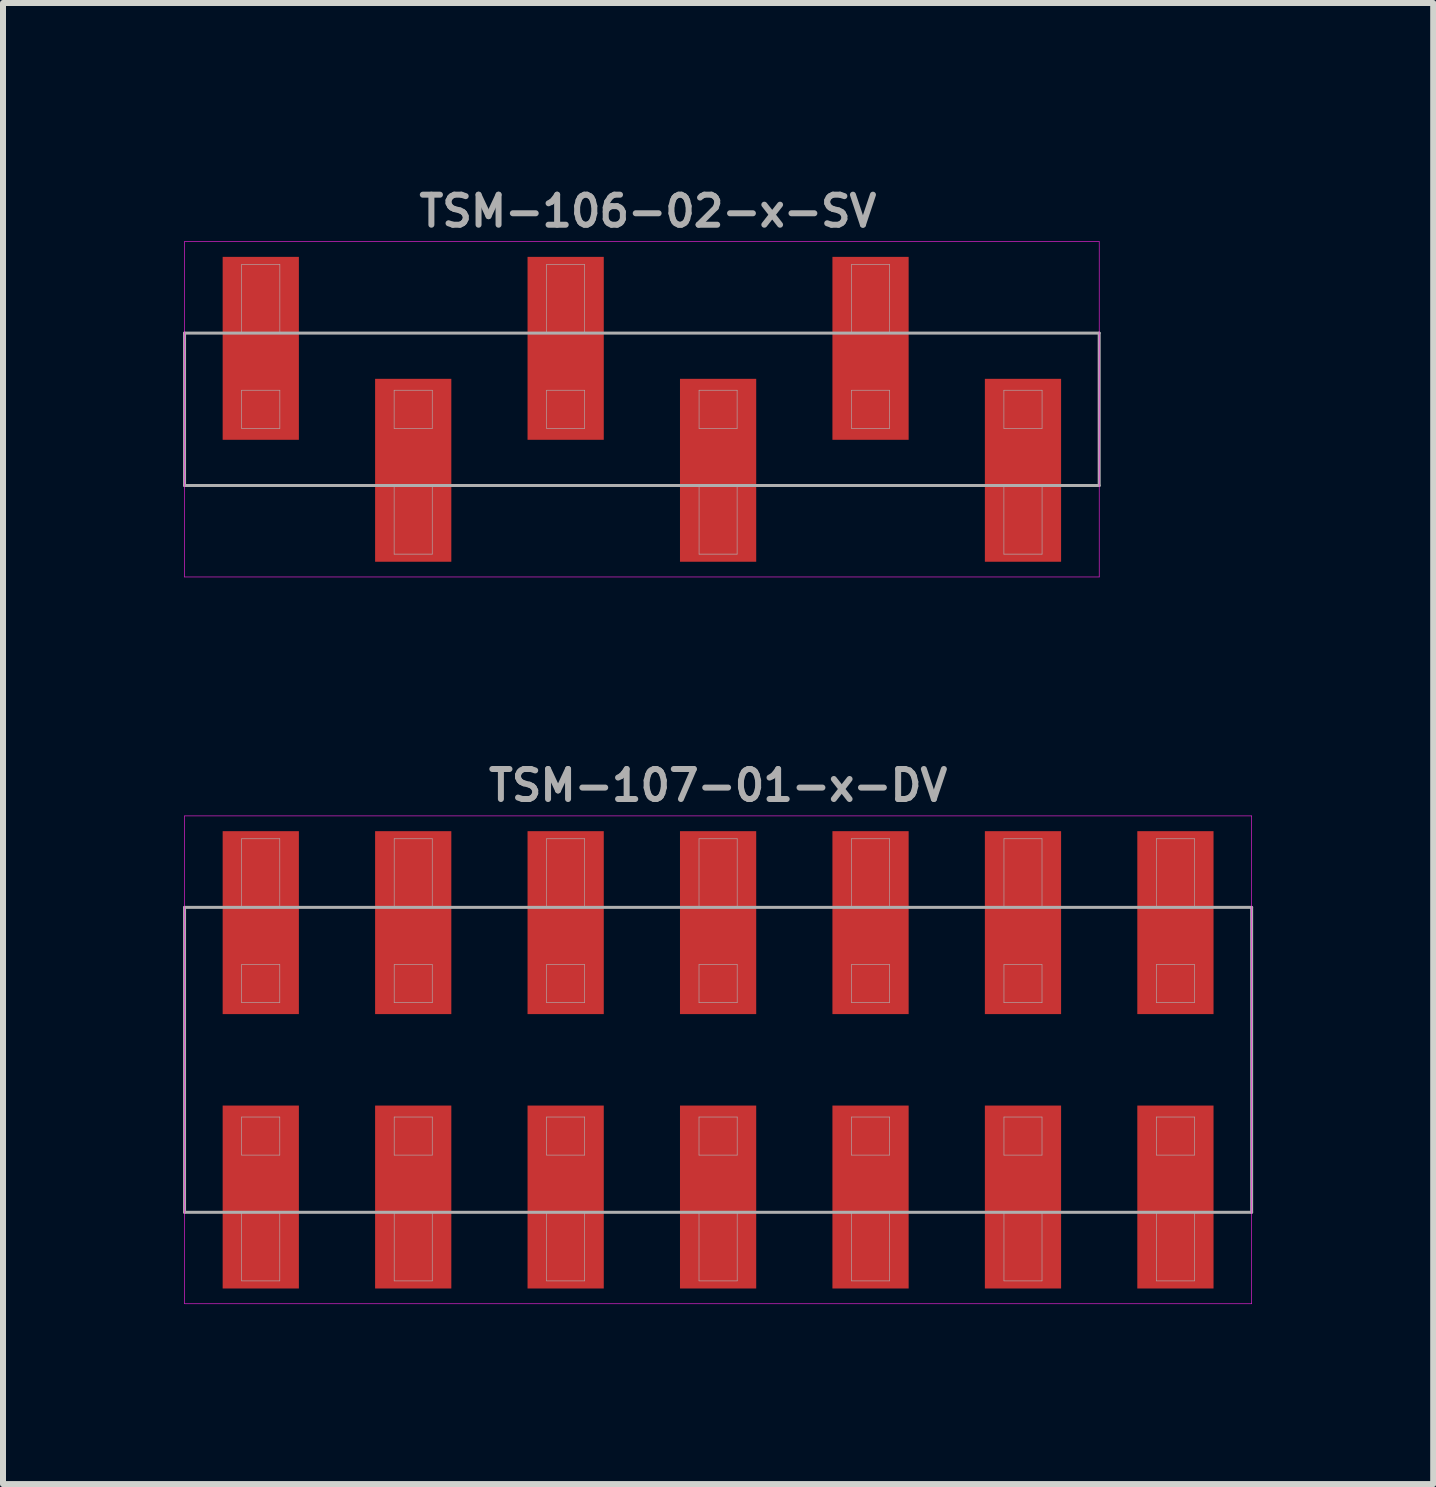
<source format=kicad_pcb>
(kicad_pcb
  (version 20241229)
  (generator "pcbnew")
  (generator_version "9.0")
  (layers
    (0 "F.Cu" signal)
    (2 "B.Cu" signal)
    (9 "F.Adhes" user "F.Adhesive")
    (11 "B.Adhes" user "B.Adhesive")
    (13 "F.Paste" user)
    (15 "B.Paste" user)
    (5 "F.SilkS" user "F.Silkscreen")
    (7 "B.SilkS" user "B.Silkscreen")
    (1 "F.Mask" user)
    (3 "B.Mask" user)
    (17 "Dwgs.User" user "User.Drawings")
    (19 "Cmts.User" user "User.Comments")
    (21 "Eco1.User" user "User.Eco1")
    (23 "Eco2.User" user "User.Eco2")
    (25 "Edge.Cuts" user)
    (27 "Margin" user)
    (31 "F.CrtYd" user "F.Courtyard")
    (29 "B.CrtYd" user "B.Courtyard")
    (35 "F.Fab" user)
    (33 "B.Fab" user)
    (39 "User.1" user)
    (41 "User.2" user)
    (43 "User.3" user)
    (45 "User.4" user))
  (footprint "TSM-107-01-x-DV"
    (layer "F.Cu")
    (at 8.915 14.609)
    (property "Reference" "TSM-107-01-x-DV" (at 0 -4.572 0) (layer "F.Fab") (effects (font (size 0.5 0.5) (thickness 0.1))))
    (attr smd)
    (fp_line (start -8.89 -4.064) (end -8.89 4.064) (stroke (width 0.01) (type solid)) (layer "F.CrtYd"))
    (fp_line (start -8.89 4.064) (end 8.89 4.064) (stroke (width 0.01) (type solid)) (layer "F.CrtYd"))
    (fp_line (start 8.89 -4.064) (end -8.89 -4.064) (stroke (width 0.01) (type solid)) (layer "F.CrtYd"))
    (fp_line (start 8.89 4.064) (end 8.89 -4.064) (stroke (width 0.01) (type solid)) (layer "F.CrtYd"))
    (fp_line (start -8.89 -2.54) (end 8.89 -2.54) (stroke (width 0.05) (type solid)) (layer "F.Fab"))
    (fp_line (start -8.89 2.54) (end -8.89 -2.54) (stroke (width 0.05) (type solid)) (layer "F.Fab"))
    (fp_line (start -7.938 -3.683) (end -7.303 -3.683) (stroke (width 0.01) (type solid)) (layer "F.Fab"))
    (fp_line (start -7.938 -2.54) (end -7.938 -3.683) (stroke (width 0.01) (type solid)) (layer "F.Fab"))
    (fp_line (start -7.938 -1.587) (end -7.938 -0.953) (stroke (width 0.01) (type solid)) (layer "F.Fab"))
    (fp_line (start -7.938 -0.953) (end -7.303 -0.953) (stroke (width 0.01) (type solid)) (layer "F.Fab"))
    (fp_line (start -7.938 0.953) (end -7.938 1.587) (stroke (width 0.01) (type solid)) (layer "F.Fab"))
    (fp_line (start -7.938 1.587) (end -7.303 1.587) (stroke (width 0.01) (type solid)) (layer "F.Fab"))
    (fp_line (start -7.938 3.683) (end -7.938 2.54) (stroke (width 0.01) (type solid)) (layer "F.Fab"))
    (fp_line (start -7.303 -3.683) (end -7.303 -2.54) (stroke (width 0.01) (type solid)) (layer "F.Fab"))
    (fp_line (start -7.303 -1.587) (end -7.938 -1.587) (stroke (width 0.01) (type solid)) (layer "F.Fab"))
    (fp_line (start -7.303 -0.953) (end -7.303 -1.587) (stroke (width 0.01) (type solid)) (layer "F.Fab"))
    (fp_line (start -7.303 0.953) (end -7.938 0.953) (stroke (width 0.01) (type solid)) (layer "F.Fab"))
    (fp_line (start -7.303 1.587) (end -7.303 0.953) (stroke (width 0.01) (type solid)) (layer "F.Fab"))
    (fp_line (start -7.303 2.54) (end -7.303 3.683) (stroke (width 0.01) (type solid)) (layer "F.Fab"))
    (fp_line (start -7.303 3.683) (end -7.938 3.683) (stroke (width 0.01) (type solid)) (layer "F.Fab"))
    (fp_line (start -5.397 -3.683) (end -4.763 -3.683) (stroke (width 0.01) (type solid)) (layer "F.Fab"))
    (fp_line (start -5.397 -2.54) (end -5.397 -3.683) (stroke (width 0.01) (type solid)) (layer "F.Fab"))
    (fp_line (start -5.397 -1.587) (end -5.397 -0.953) (stroke (width 0.01) (type solid)) (layer "F.Fab"))
    (fp_line (start -5.397 -0.953) (end -4.763 -0.953) (stroke (width 0.01) (type solid)) (layer "F.Fab"))
    (fp_line (start -5.397 0.953) (end -5.397 1.587) (stroke (width 0.01) (type solid)) (layer "F.Fab"))
    (fp_line (start -5.397 1.587) (end -4.763 1.587) (stroke (width 0.01) (type solid)) (layer "F.Fab"))
    (fp_line (start -5.397 3.683) (end -5.397 2.54) (stroke (width 0.01) (type solid)) (layer "F.Fab"))
    (fp_line (start -4.763 -3.683) (end -4.763 -2.54) (stroke (width 0.01) (type solid)) (layer "F.Fab"))
    (fp_line (start -4.763 -1.587) (end -5.397 -1.587) (stroke (width 0.01) (type solid)) (layer "F.Fab"))
    (fp_line (start -4.763 -0.953) (end -4.763 -1.587) (stroke (width 0.01) (type solid)) (layer "F.Fab"))
    (fp_line (start -4.763 0.953) (end -5.397 0.953) (stroke (width 0.01) (type solid)) (layer "F.Fab"))
    (fp_line (start -4.763 1.587) (end -4.763 0.953) (stroke (width 0.01) (type solid)) (layer "F.Fab"))
    (fp_line (start -4.763 2.54) (end -4.763 3.683) (stroke (width 0.01) (type solid)) (layer "F.Fab"))
    (fp_line (start -4.763 3.683) (end -5.397 3.683) (stroke (width 0.01) (type solid)) (layer "F.Fab"))
    (fp_line (start -2.857 -3.683) (end -2.223 -3.683) (stroke (width 0.01) (type solid)) (layer "F.Fab"))
    (fp_line (start -2.857 -2.54) (end -2.857 -3.683) (stroke (width 0.01) (type solid)) (layer "F.Fab"))
    (fp_line (start -2.857 -1.587) (end -2.857 -0.953) (stroke (width 0.01) (type solid)) (layer "F.Fab"))
    (fp_line (start -2.857 -0.953) (end -2.223 -0.953) (stroke (width 0.01) (type solid)) (layer "F.Fab"))
    (fp_line (start -2.857 0.953) (end -2.857 1.587) (stroke (width 0.01) (type solid)) (layer "F.Fab"))
    (fp_line (start -2.857 1.587) (end -2.223 1.587) (stroke (width 0.01) (type solid)) (layer "F.Fab"))
    (fp_line (start -2.857 3.683) (end -2.857 2.54) (stroke (width 0.01) (type solid)) (layer "F.Fab"))
    (fp_line (start -2.223 -3.683) (end -2.223 -2.54) (stroke (width 0.01) (type solid)) (layer "F.Fab"))
    (fp_line (start -2.223 -1.587) (end -2.857 -1.587) (stroke (width 0.01) (type solid)) (layer "F.Fab"))
    (fp_line (start -2.223 -0.953) (end -2.223 -1.587) (stroke (width 0.01) (type solid)) (layer "F.Fab"))
    (fp_line (start -2.223 0.953) (end -2.857 0.953) (stroke (width 0.01) (type solid)) (layer "F.Fab"))
    (fp_line (start -2.223 1.587) (end -2.223 0.953) (stroke (width 0.01) (type solid)) (layer "F.Fab"))
    (fp_line (start -2.223 2.54) (end -2.223 3.683) (stroke (width 0.01) (type solid)) (layer "F.Fab"))
    (fp_line (start -2.223 3.683) (end -2.857 3.683) (stroke (width 0.01) (type solid)) (layer "F.Fab"))
    (fp_line (start -0.318 -3.683) (end 0.318 -3.683) (stroke (width 0.01) (type solid)) (layer "F.Fab"))
    (fp_line (start -0.318 -2.54) (end -0.318 -3.683) (stroke (width 0.01) (type solid)) (layer "F.Fab"))
    (fp_line (start -0.318 -1.587) (end -0.318 -0.953) (stroke (width 0.01) (type solid)) (layer "F.Fab"))
    (fp_line (start -0.318 -0.953) (end 0.318 -0.953) (stroke (width 0.01) (type solid)) (layer "F.Fab"))
    (fp_line (start -0.318 0.953) (end -0.318 1.587) (stroke (width 0.01) (type solid)) (layer "F.Fab"))
    (fp_line (start -0.318 1.587) (end 0.318 1.587) (stroke (width 0.01) (type solid)) (layer "F.Fab"))
    (fp_line (start -0.318 3.683) (end -0.318 2.54) (stroke (width 0.01) (type solid)) (layer "F.Fab"))
    (fp_line (start 0.318 -3.683) (end 0.318 -2.54) (stroke (width 0.01) (type solid)) (layer "F.Fab"))
    (fp_line (start 0.318 -1.587) (end -0.318 -1.587) (stroke (width 0.01) (type solid)) (layer "F.Fab"))
    (fp_line (start 0.318 -0.953) (end 0.318 -1.587) (stroke (width 0.01) (type solid)) (layer "F.Fab"))
    (fp_line (start 0.318 0.953) (end -0.318 0.953) (stroke (width 0.01) (type solid)) (layer "F.Fab"))
    (fp_line (start 0.318 1.587) (end 0.318 0.953) (stroke (width 0.01) (type solid)) (layer "F.Fab"))
    (fp_line (start 0.318 2.54) (end 0.318 3.683) (stroke (width 0.01) (type solid)) (layer "F.Fab"))
    (fp_line (start 0.318 3.683) (end -0.318 3.683) (stroke (width 0.01) (type solid)) (layer "F.Fab"))
    (fp_line (start 2.223 -3.683) (end 2.857 -3.683) (stroke (width 0.01) (type solid)) (layer "F.Fab"))
    (fp_line (start 2.223 -2.54) (end 2.223 -3.683) (stroke (width 0.01) (type solid)) (layer "F.Fab"))
    (fp_line (start 2.223 -1.587) (end 2.223 -0.953) (stroke (width 0.01) (type solid)) (layer "F.Fab"))
    (fp_line (start 2.223 -0.953) (end 2.857 -0.953) (stroke (width 0.01) (type solid)) (layer "F.Fab"))
    (fp_line (start 2.223 0.953) (end 2.223 1.587) (stroke (width 0.01) (type solid)) (layer "F.Fab"))
    (fp_line (start 2.223 1.587) (end 2.857 1.587) (stroke (width 0.01) (type solid)) (layer "F.Fab"))
    (fp_line (start 2.223 3.683) (end 2.223 2.54) (stroke (width 0.01) (type solid)) (layer "F.Fab"))
    (fp_line (start 2.857 -3.683) (end 2.857 -2.54) (stroke (width 0.01) (type solid)) (layer "F.Fab"))
    (fp_line (start 2.857 -1.587) (end 2.223 -1.587) (stroke (width 0.01) (type solid)) (layer "F.Fab"))
    (fp_line (start 2.857 -0.953) (end 2.857 -1.587) (stroke (width 0.01) (type solid)) (layer "F.Fab"))
    (fp_line (start 2.857 0.953) (end 2.223 0.953) (stroke (width 0.01) (type solid)) (layer "F.Fab"))
    (fp_line (start 2.857 1.587) (end 2.857 0.953) (stroke (width 0.01) (type solid)) (layer "F.Fab"))
    (fp_line (start 2.857 2.54) (end 2.857 3.683) (stroke (width 0.01) (type solid)) (layer "F.Fab"))
    (fp_line (start 2.857 3.683) (end 2.223 3.683) (stroke (width 0.01) (type solid)) (layer "F.Fab"))
    (fp_line (start 4.763 -3.683) (end 5.397 -3.683) (stroke (width 0.01) (type solid)) (layer "F.Fab"))
    (fp_line (start 4.763 -2.54) (end 4.763 -3.683) (stroke (width 0.01) (type solid)) (layer "F.Fab"))
    (fp_line (start 4.763 -1.587) (end 4.763 -0.953) (stroke (width 0.01) (type solid)) (layer "F.Fab"))
    (fp_line (start 4.763 -0.953) (end 5.397 -0.953) (stroke (width 0.01) (type solid)) (layer "F.Fab"))
    (fp_line (start 4.763 0.953) (end 4.763 1.587) (stroke (width 0.01) (type solid)) (layer "F.Fab"))
    (fp_line (start 4.763 1.587) (end 5.397 1.587) (stroke (width 0.01) (type solid)) (layer "F.Fab"))
    (fp_line (start 4.763 3.683) (end 4.763 2.54) (stroke (width 0.01) (type solid)) (layer "F.Fab"))
    (fp_line (start 5.397 -3.683) (end 5.397 -2.54) (stroke (width 0.01) (type solid)) (layer "F.Fab"))
    (fp_line (start 5.397 -1.587) (end 4.763 -1.587) (stroke (width 0.01) (type solid)) (layer "F.Fab"))
    (fp_line (start 5.397 -0.953) (end 5.397 -1.587) (stroke (width 0.01) (type solid)) (layer "F.Fab"))
    (fp_line (start 5.397 0.953) (end 4.763 0.953) (stroke (width 0.01) (type solid)) (layer "F.Fab"))
    (fp_line (start 5.397 1.587) (end 5.397 0.953) (stroke (width 0.01) (type solid)) (layer "F.Fab"))
    (fp_line (start 5.397 2.54) (end 5.397 3.683) (stroke (width 0.01) (type solid)) (layer "F.Fab"))
    (fp_line (start 5.397 3.683) (end 4.763 3.683) (stroke (width 0.01) (type solid)) (layer "F.Fab"))
    (fp_line (start 7.303 -3.683) (end 7.938 -3.683) (stroke (width 0.01) (type solid)) (layer "F.Fab"))
    (fp_line (start 7.303 -2.54) (end 7.303 -3.683) (stroke (width 0.01) (type solid)) (layer "F.Fab"))
    (fp_line (start 7.303 -1.587) (end 7.303 -0.953) (stroke (width 0.01) (type solid)) (layer "F.Fab"))
    (fp_line (start 7.303 -0.953) (end 7.938 -0.953) (stroke (width 0.01) (type solid)) (layer "F.Fab"))
    (fp_line (start 7.303 0.953) (end 7.303 1.587) (stroke (width 0.01) (type solid)) (layer "F.Fab"))
    (fp_line (start 7.303 1.587) (end 7.938 1.587) (stroke (width 0.01) (type solid)) (layer "F.Fab"))
    (fp_line (start 7.303 3.683) (end 7.303 2.54) (stroke (width 0.01) (type solid)) (layer "F.Fab"))
    (fp_line (start 7.938 -3.683) (end 7.938 -2.54) (stroke (width 0.01) (type solid)) (layer "F.Fab"))
    (fp_line (start 7.938 -1.587) (end 7.303 -1.587) (stroke (width 0.01) (type solid)) (layer "F.Fab"))
    (fp_line (start 7.938 -0.953) (end 7.938 -1.587) (stroke (width 0.01) (type solid)) (layer "F.Fab"))
    (fp_line (start 7.938 0.953) (end 7.303 0.953) (stroke (width 0.01) (type solid)) (layer "F.Fab"))
    (fp_line (start 7.938 1.587) (end 7.938 0.953) (stroke (width 0.01) (type solid)) (layer "F.Fab"))
    (fp_line (start 7.938 2.54) (end 7.938 3.683) (stroke (width 0.01) (type solid)) (layer "F.Fab"))
    (fp_line (start 7.938 3.683) (end 7.303 3.683) (stroke (width 0.01) (type solid)) (layer "F.Fab"))
    (fp_line (start 8.89 -2.54) (end 8.89 2.54) (stroke (width 0.05) (type solid)) (layer "F.Fab"))
    (fp_line (start 8.89 2.54) (end -8.89 2.54) (stroke (width 0.05) (type solid)) (layer "F.Fab"))
    (pad "1" smd rect (at -7.62 2.286) (size 1.27 3.048) (layers "F.Cu" "F.Mask" "F.Paste"))
    (pad "2" smd rect (at -7.62 -2.286) (size 1.27 3.048) (layers "F.Cu" "F.Mask" "F.Paste"))
    (pad "3" smd rect (at -5.08 2.286) (size 1.27 3.048) (layers "F.Cu" "F.Mask" "F.Paste"))
    (pad "4" smd rect (at -5.08 -2.286) (size 1.27 3.048) (layers "F.Cu" "F.Mask" "F.Paste"))
    (pad "5" smd rect (at -2.54 2.286) (size 1.27 3.048) (layers "F.Cu" "F.Mask" "F.Paste"))
    (pad "6" smd rect (at -2.54 -2.286) (size 1.27 3.048) (layers "F.Cu" "F.Mask" "F.Paste"))
    (pad "7" smd rect (at 0 2.286) (size 1.27 3.048) (layers "F.Cu" "F.Mask" "F.Paste"))
    (pad "8" smd rect (at 0 -2.286) (size 1.27 3.048) (layers "F.Cu" "F.Mask" "F.Paste"))
    (pad "9" smd rect (at 2.54 2.286) (size 1.27 3.048) (layers "F.Cu" "F.Mask" "F.Paste"))
    (pad "10" smd rect (at 2.54 -2.286) (size 1.27 3.048) (layers "F.Cu" "F.Mask" "F.Paste"))
    (pad "11" smd rect (at 5.08 2.286) (size 1.27 3.048) (layers "F.Cu" "F.Mask" "F.Paste"))
    (pad "12" smd rect (at 5.08 -2.286) (size 1.27 3.048) (layers "F.Cu" "F.Mask" "F.Paste"))
    (pad "13" smd rect (at 7.62 2.286) (size 1.27 3.048) (layers "F.Cu" "F.Mask" "F.Paste"))
    (pad "14" smd rect (at 7.62 -2.286) (size 1.27 3.048) (layers "F.Cu" "F.Mask" "F.Paste")))
  (footprint "TSM-106-02-x-SV"
    (layer "F.Cu")
    (at 7.645 3.77)
    (property "Reference" "TSM-106-02-x-SV" (at 0.1 -3.302 0) (layer "F.Fab") (effects (font (size 0.5 0.5) (thickness 0.1))))
    (attr smd)
    (fp_line (start -7.62 -2.794) (end -7.62 2.794) (stroke (width 0.01) (type solid)) (layer "F.CrtYd"))
    (fp_line (start -7.62 2.794) (end 7.62 2.794) (stroke (width 0.01) (type solid)) (layer "F.CrtYd"))
    (fp_line (start 7.62 -2.794) (end -7.62 -2.794) (stroke (width 0.01) (type solid)) (layer "F.CrtYd"))
    (fp_line (start 7.62 2.794) (end 7.62 -2.794) (stroke (width 0.01) (type solid)) (layer "F.CrtYd"))
    (fp_line (start -7.62 -1.27) (end -7.62 1.27) (stroke (width 0.05) (type solid)) (layer "F.Fab"))
    (fp_line (start -7.62 1.27) (end 7.62 1.27) (stroke (width 0.05) (type solid)) (layer "F.Fab"))
    (fp_line (start -6.668 -2.413) (end -6.032 -2.413) (stroke (width 0.01) (type solid)) (layer "F.Fab"))
    (fp_line (start -6.668 -1.27) (end -6.668 -2.413) (stroke (width 0.01) (type solid)) (layer "F.Fab"))
    (fp_line (start -6.668 -0.318) (end -6.668 0.318) (stroke (width 0.01) (type solid)) (layer "F.Fab"))
    (fp_line (start -6.668 0.318) (end -6.032 0.318) (stroke (width 0.01) (type solid)) (layer "F.Fab"))
    (fp_line (start -6.032 -2.413) (end -6.032 -1.27) (stroke (width 0.01) (type solid)) (layer "F.Fab"))
    (fp_line (start -6.032 -0.318) (end -6.668 -0.318) (stroke (width 0.01) (type solid)) (layer "F.Fab"))
    (fp_line (start -6.032 0.318) (end -6.032 -0.318) (stroke (width 0.01) (type solid)) (layer "F.Fab"))
    (fp_line (start -4.128 -0.318) (end -4.128 0.318) (stroke (width 0.01) (type solid)) (layer "F.Fab"))
    (fp_line (start -4.128 0.318) (end -3.493 0.318) (stroke (width 0.01) (type solid)) (layer "F.Fab"))
    (fp_line (start -4.128 2.413) (end -4.128 1.27) (stroke (width 0.01) (type solid)) (layer "F.Fab"))
    (fp_line (start -3.493 -0.318) (end -4.128 -0.318) (stroke (width 0.01) (type solid)) (layer "F.Fab"))
    (fp_line (start -3.493 0.318) (end -3.493 -0.318) (stroke (width 0.01) (type solid)) (layer "F.Fab"))
    (fp_line (start -3.493 1.27) (end -3.493 2.413) (stroke (width 0.01) (type solid)) (layer "F.Fab"))
    (fp_line (start -3.493 2.413) (end -4.128 2.413) (stroke (width 0.01) (type solid)) (layer "F.Fab"))
    (fp_line (start -1.587 -2.413) (end -0.953 -2.413) (stroke (width 0.01) (type solid)) (layer "F.Fab"))
    (fp_line (start -1.587 -1.27) (end -1.587 -2.413) (stroke (width 0.01) (type solid)) (layer "F.Fab"))
    (fp_line (start -1.587 -0.318) (end -1.587 0.318) (stroke (width 0.01) (type solid)) (layer "F.Fab"))
    (fp_line (start -1.587 0.318) (end -0.953 0.318) (stroke (width 0.01) (type solid)) (layer "F.Fab"))
    (fp_line (start -0.953 -2.413) (end -0.953 -1.27) (stroke (width 0.01) (type solid)) (layer "F.Fab"))
    (fp_line (start -0.953 -0.318) (end -1.587 -0.318) (stroke (width 0.01) (type solid)) (layer "F.Fab"))
    (fp_line (start -0.953 0.318) (end -0.953 -0.318) (stroke (width 0.01) (type solid)) (layer "F.Fab"))
    (fp_line (start 0.953 -0.318) (end 0.953 0.318) (stroke (width 0.01) (type solid)) (layer "F.Fab"))
    (fp_line (start 0.953 0.318) (end 1.587 0.318) (stroke (width 0.01) (type solid)) (layer "F.Fab"))
    (fp_line (start 0.953 2.413) (end 0.953 1.27) (stroke (width 0.01) (type solid)) (layer "F.Fab"))
    (fp_line (start 1.587 -0.318) (end 0.953 -0.318) (stroke (width 0.01) (type solid)) (layer "F.Fab"))
    (fp_line (start 1.587 0.318) (end 1.587 -0.318) (stroke (width 0.01) (type solid)) (layer "F.Fab"))
    (fp_line (start 1.587 1.27) (end 1.587 2.413) (stroke (width 0.01) (type solid)) (layer "F.Fab"))
    (fp_line (start 1.587 2.413) (end 0.953 2.413) (stroke (width 0.01) (type solid)) (layer "F.Fab"))
    (fp_line (start 3.493 -2.413) (end 4.128 -2.413) (stroke (width 0.01) (type solid)) (layer "F.Fab"))
    (fp_line (start 3.493 -1.27) (end 3.493 -2.413) (stroke (width 0.01) (type solid)) (layer "F.Fab"))
    (fp_line (start 3.493 -0.318) (end 3.493 0.318) (stroke (width 0.01) (type solid)) (layer "F.Fab"))
    (fp_line (start 3.493 0.318) (end 4.128 0.318) (stroke (width 0.01) (type solid)) (layer "F.Fab"))
    (fp_line (start 4.128 -2.413) (end 4.128 -1.27) (stroke (width 0.01) (type solid)) (layer "F.Fab"))
    (fp_line (start 4.128 -0.318) (end 3.493 -0.318) (stroke (width 0.01) (type solid)) (layer "F.Fab"))
    (fp_line (start 4.128 0.318) (end 4.128 -0.318) (stroke (width 0.01) (type solid)) (layer "F.Fab"))
    (fp_line (start 6.032 -0.318) (end 6.032 0.318) (stroke (width 0.01) (type solid)) (layer "F.Fab"))
    (fp_line (start 6.032 0.318) (end 6.668 0.318) (stroke (width 0.01) (type solid)) (layer "F.Fab"))
    (fp_line (start 6.032 2.413) (end 6.032 1.27) (stroke (width 0.01) (type solid)) (layer "F.Fab"))
    (fp_line (start 6.668 -0.318) (end 6.032 -0.318) (stroke (width 0.01) (type solid)) (layer "F.Fab"))
    (fp_line (start 6.668 0.318) (end 6.668 -0.318) (stroke (width 0.01) (type solid)) (layer "F.Fab"))
    (fp_line (start 6.668 1.27) (end 6.668 2.413) (stroke (width 0.01) (type solid)) (layer "F.Fab"))
    (fp_line (start 6.668 2.413) (end 6.032 2.413) (stroke (width 0.01) (type solid)) (layer "F.Fab"))
    (fp_line (start 7.62 -1.27) (end -7.62 -1.27) (stroke (width 0.05) (type solid)) (layer "F.Fab"))
    (fp_line (start 7.62 1.27) (end 7.62 -1.27) (stroke (width 0.05) (type solid)) (layer "F.Fab"))
    (pad "1" smd rect (at -6.35 -1.016) (size 1.27 3.048) (layers "F.Cu" "F.Mask" "F.Paste"))
    (pad "2" smd rect (at -3.81 1.016) (size 1.27 3.048) (layers "F.Cu" "F.Mask" "F.Paste"))
    (pad "3" smd rect (at -1.27 -1.016) (size 1.27 3.048) (layers "F.Cu" "F.Mask" "F.Paste"))
    (pad "4" smd rect (at 1.27 1.016) (size 1.27 3.048) (layers "F.Cu" "F.Mask" "F.Paste"))
    (pad "5" smd rect (at 3.81 -1.016) (size 1.27 3.048) (layers "F.Cu" "F.Mask" "F.Paste"))
    (pad "6" smd rect (at 6.35 1.016) (size 1.27 3.048) (layers "F.Cu" "F.Mask" "F.Paste")))
  (gr_rect
    (start -3 -3)
    (end 20.83 21.678)
    (stroke (width 0.1) (type default))
    (fill no)
    (layer "Edge.Cuts")))
</source>
